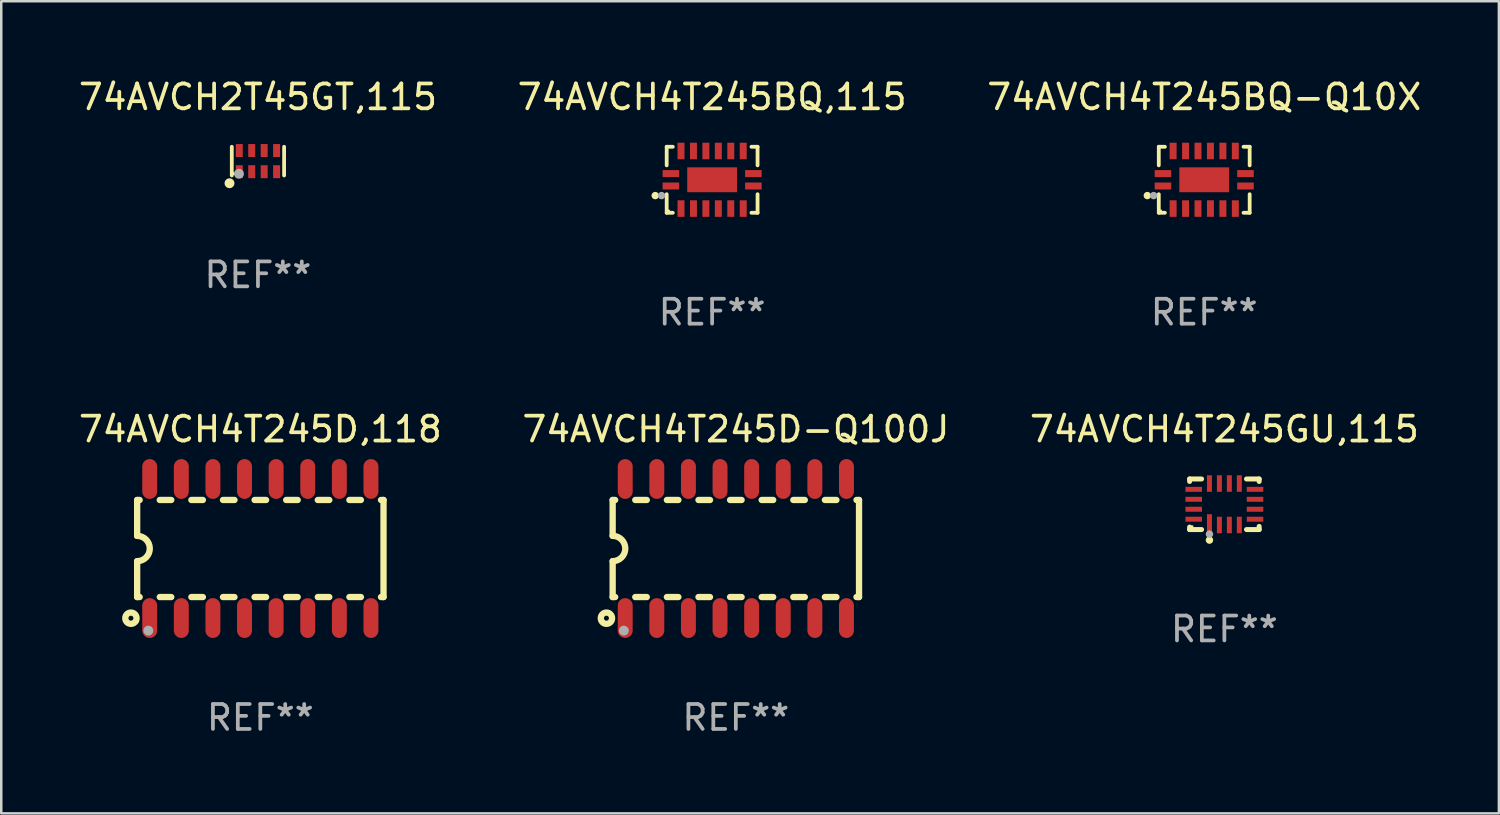
<source format=kicad_pcb>
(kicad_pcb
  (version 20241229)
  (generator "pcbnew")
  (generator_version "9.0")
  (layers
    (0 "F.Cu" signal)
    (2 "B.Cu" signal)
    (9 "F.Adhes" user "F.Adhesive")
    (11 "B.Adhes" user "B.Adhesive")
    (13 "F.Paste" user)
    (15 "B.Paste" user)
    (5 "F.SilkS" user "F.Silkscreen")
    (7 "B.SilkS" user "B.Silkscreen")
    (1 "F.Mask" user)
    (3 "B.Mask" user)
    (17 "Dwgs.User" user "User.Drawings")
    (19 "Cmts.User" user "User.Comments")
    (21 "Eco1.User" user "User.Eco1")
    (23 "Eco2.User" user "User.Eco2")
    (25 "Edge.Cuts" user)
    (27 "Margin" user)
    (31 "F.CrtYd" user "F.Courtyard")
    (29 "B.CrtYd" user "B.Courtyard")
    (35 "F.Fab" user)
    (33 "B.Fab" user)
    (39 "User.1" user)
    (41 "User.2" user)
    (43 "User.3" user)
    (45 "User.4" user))
  (footprint "74AVCH4T245GU,115"
    (layer "F.Cu")
    (at 46.149 17.213)
    (property "Reference" "74AVCH4T245GU,115" (at 0 -3.016 0) (layer "F.SilkS") (effects (font (size 1 1) (thickness 0.15))))
    (attr through_hole)
    (fp_line (start -1.397 -1.016) (end -1.397 -0.916) (stroke (width 0.2) (type solid)) (layer "F.SilkS"))
    (fp_line (start -1.397 0.916) (end -1.397 1.016) (stroke (width 0.2) (type solid)) (layer "F.SilkS"))
    (fp_line (start -1.397 1.016) (end -0.916 1.016) (stroke (width 0.2) (type solid)) (layer "F.SilkS"))
    (fp_line (start -0.916 -1.016) (end -1.397 -1.016) (stroke (width 0.2) (type solid)) (layer "F.SilkS"))
    (fp_line (start 0.889 -1.016) (end 1.397 -1.016) (stroke (width 0.2) (type solid)) (layer "F.SilkS"))
    (fp_line (start 1.397 -1.016) (end 1.397 -0.916) (stroke (width 0.2) (type solid)) (layer "F.SilkS"))
    (fp_line (start 1.397 0.889) (end 1.397 1.016) (stroke (width 0.2) (type solid)) (layer "F.SilkS"))
    (fp_line (start 1.397 1.016) (end 0.889 1.016) (stroke (width 0.2) (type solid)) (layer "F.SilkS"))
    (fp_circle (center -1.3 0.9) (end -1.27 0.9) (stroke (width 0.06) (type solid)) (fill no) (layer "F.SilkS"))
    (fp_circle (center -0.6 1.44) (end -0.525 1.44) (stroke (width 0.15) (type solid)) (fill no) (layer "F.SilkS"))
    (fp_circle (center -0.6 1.2) (end -0.525 1.2) (stroke (width 0.15) (type solid)) (fill no) (layer "F.Fab"))
    (fp_text user "REF**" (at 0 5.016 0) (layer "F.Fab") (effects (font (size 1 1) (thickness 0.15))))
    (pad "1" smd rect (at -0.6 0.782) (size 0.2 0.765) (layers "F.Cu" "F.Mask" "F.Paste"))
    (pad "2" smd rect (at -0.2 0.833) (size 0.2 0.665) (layers "F.Cu" "F.Mask" "F.Paste"))
    (pad "3" smd rect (at 0.2 0.833) (size 0.2 0.665) (layers "F.Cu" "F.Mask" "F.Paste"))
    (pad "4" smd rect (at 0.6 0.833) (size 0.2 0.665) (layers "F.Cu" "F.Mask" "F.Paste"))
    (pad "5" smd rect (at 1.232 0.6) (size 0.665 0.2) (layers "F.Cu" "F.Mask" "F.Paste"))
    (pad "6" smd rect (at 1.232 0.2) (size 0.665 0.2) (layers "F.Cu" "F.Mask" "F.Paste"))
    (pad "7" smd rect (at 1.232 -0.2) (size 0.665 0.2) (layers "F.Cu" "F.Mask" "F.Paste"))
    (pad "8" smd rect (at 1.232 -0.6) (size 0.665 0.2) (layers "F.Cu" "F.Mask" "F.Paste"))
    (pad "9" smd rect (at 0.6 -0.833) (size 0.2 0.665) (layers "F.Cu" "F.Mask" "F.Paste"))
    (pad "10" smd rect (at 0.2 -0.833) (size 0.2 0.665) (layers "F.Cu" "F.Mask" "F.Paste"))
    (pad "11" smd rect (at -0.2 -0.833) (size 0.2 0.665) (layers "F.Cu" "F.Mask" "F.Paste"))
    (pad "12" smd rect (at -0.6 -0.833) (size 0.2 0.665) (layers "F.Cu" "F.Mask" "F.Paste"))
    (pad "13" smd rect (at -1.232 -0.6) (size 0.665 0.2) (layers "F.Cu" "F.Mask" "F.Paste"))
    (pad "14" smd rect (at -1.232 -0.2) (size 0.665 0.2) (layers "F.Cu" "F.Mask" "F.Paste"))
    (pad "15" smd rect (at -1.232 0.2) (size 0.665 0.2) (layers "F.Cu" "F.Mask" "F.Paste"))
    (pad "16" smd rect (at -1.232 0.6) (size 0.665 0.2) (layers "F.Cu" "F.Mask" "F.Paste")))
  (footprint "74AVCH4T245BQ-Q10X"
    (layer "F.Cu")
    (at 45.339 4.174)
    (property "Reference" "74AVCH4T245BQ-Q10X" (at 0 -3.326 0) (layer "F.SilkS") (effects (font (size 1 1) (thickness 0.15))))
    (attr through_hole)
    (fp_line (start -1.826 -1.326) (end -1.58 -1.326) (stroke (width 0.152) (type solid)) (layer "F.SilkS"))
    (fp_line (start -1.826 -0.58) (end -1.826 -1.326) (stroke (width 0.152) (type solid)) (layer "F.SilkS"))
    (fp_line (start -1.826 0.58) (end -1.826 1.326) (stroke (width 0.152) (type solid)) (layer "F.SilkS"))
    (fp_line (start -1.826 1.326) (end -1.58 1.326) (stroke (width 0.152) (type solid)) (layer "F.SilkS"))
    (fp_line (start 1.826 -1.326) (end 1.58 -1.326) (stroke (width 0.152) (type solid)) (layer "F.SilkS"))
    (fp_line (start 1.826 -0.58) (end 1.826 -1.326) (stroke (width 0.152) (type solid)) (layer "F.SilkS"))
    (fp_line (start 1.826 0.58) (end 1.826 1.326) (stroke (width 0.152) (type solid)) (layer "F.SilkS"))
    (fp_line (start 1.826 1.326) (end 1.58 1.326) (stroke (width 0.152) (type solid)) (layer "F.SilkS"))
    (fp_circle (center -2.286 0.635) (end -2.211 0.635) (stroke (width 0.15) (type solid)) (fill no) (layer "F.SilkS"))
    (fp_circle (center -1.75 1.25) (end -1.72 1.25) (stroke (width 0.06) (type solid)) (fill no) (layer "F.SilkS"))
    (fp_circle (center -2.032 0.635) (end -1.957 0.635) (stroke (width 0.15) (type solid)) (fill no) (layer "F.Fab"))
    (fp_text user "REF**" (at 0 5.326 0) (layer "F.Fab") (effects (font (size 1 1) (thickness 0.15))))
    (pad "1" smd rect (at -1.658 0.25) (size 0.665 0.28) (layers "F.Cu" "F.Mask" "F.Paste"))
    (pad "2" smd rect (at -1.25 1.157) (size 0.28 0.665) (layers "F.Cu" "F.Mask" "F.Paste"))
    (pad "3" smd rect (at -0.75 1.157) (size 0.28 0.665) (layers "F.Cu" "F.Mask" "F.Paste"))
    (pad "4" smd rect (at -0.25 1.157) (size 0.28 0.665) (layers "F.Cu" "F.Mask" "F.Paste"))
    (pad "5" smd rect (at 0.25 1.157) (size 0.28 0.665) (layers "F.Cu" "F.Mask" "F.Paste"))
    (pad "6" smd rect (at 0.75 1.157) (size 0.28 0.665) (layers "F.Cu" "F.Mask" "F.Paste"))
    (pad "7" smd rect (at 1.25 1.157) (size 0.28 0.665) (layers "F.Cu" "F.Mask" "F.Paste"))
    (pad "8" smd rect (at 1.658 0.25) (size 0.665 0.28) (layers "F.Cu" "F.Mask" "F.Paste"))
    (pad "9" smd rect (at 1.658 -0.25) (size 0.665 0.28) (layers "F.Cu" "F.Mask" "F.Paste"))
    (pad "10" smd rect (at 1.25 -1.157) (size 0.28 0.665) (layers "F.Cu" "F.Mask" "F.Paste"))
    (pad "11" smd rect (at 0.75 -1.157) (size 0.28 0.665) (layers "F.Cu" "F.Mask" "F.Paste"))
    (pad "12" smd rect (at 0.25 -1.157) (size 0.28 0.665) (layers "F.Cu" "F.Mask" "F.Paste"))
    (pad "13" smd rect (at -0.25 -1.157) (size 0.28 0.665) (layers "F.Cu" "F.Mask" "F.Paste"))
    (pad "14" smd rect (at -0.75 -1.157) (size 0.28 0.665) (layers "F.Cu" "F.Mask" "F.Paste"))
    (pad "15" smd rect (at -1.25 -1.157) (size 0.28 0.665) (layers "F.Cu" "F.Mask" "F.Paste"))
    (pad "16" smd rect (at -1.658 -0.25) (size 0.665 0.28) (layers "F.Cu" "F.Mask" "F.Paste"))
    (pad "17" smd rect (at 0 0) (size 2 1) (layers "F.Cu" "F.Mask" "F.Paste")))
  (footprint "74AVCH4T245D,118"
    (layer "F.Cu")
    (at 7.411 18.991)
    (property "Reference" "74AVCH4T245D,118" (at 0 -4.794 0) (layer "F.SilkS") (effects (font (size 1 1) (thickness 0.15))))
    (attr through_hole)
    (fp_line (start -4.95 -1.95) (end -4.95 -0.508) (stroke (width 0.254) (type solid)) (layer "F.SilkS"))
    (fp_line (start -4.95 -1.95) (end -4.849 -1.95) (stroke (width 0.254) (type solid)) (layer "F.SilkS"))
    (fp_line (start -4.95 1.95) (end -4.95 0.508) (stroke (width 0.254) (type solid)) (layer "F.SilkS"))
    (fp_line (start -4.95 1.95) (end -4.849 1.95) (stroke (width 0.254) (type solid)) (layer "F.SilkS"))
    (fp_line (start -4.041 -1.95) (end -3.579 -1.95) (stroke (width 0.254) (type solid)) (layer "F.SilkS"))
    (fp_line (start -4.041 1.95) (end -3.579 1.95) (stroke (width 0.254) (type solid)) (layer "F.SilkS"))
    (fp_line (start -2.771 -1.95) (end -2.309 -1.95) (stroke (width 0.254) (type solid)) (layer "F.SilkS"))
    (fp_line (start -2.771 1.95) (end -2.309 1.95) (stroke (width 0.254) (type solid)) (layer "F.SilkS"))
    (fp_line (start -1.501 -1.95) (end -1.039 -1.95) (stroke (width 0.254) (type solid)) (layer "F.SilkS"))
    (fp_line (start -1.501 1.95) (end -1.039 1.95) (stroke (width 0.254) (type solid)) (layer "F.SilkS"))
    (fp_line (start -0.231 -1.95) (end 0.231 -1.95) (stroke (width 0.254) (type solid)) (layer "F.SilkS"))
    (fp_line (start -0.231 1.95) (end 0.231 1.95) (stroke (width 0.254) (type solid)) (layer "F.SilkS"))
    (fp_line (start 1.039 -1.95) (end 1.501 -1.95) (stroke (width 0.254) (type solid)) (layer "F.SilkS"))
    (fp_line (start 1.039 1.95) (end 1.501 1.95) (stroke (width 0.254) (type solid)) (layer "F.SilkS"))
    (fp_line (start 2.309 -1.95) (end 2.771 -1.95) (stroke (width 0.254) (type solid)) (layer "F.SilkS"))
    (fp_line (start 2.309 1.95) (end 2.771 1.95) (stroke (width 0.254) (type solid)) (layer "F.SilkS"))
    (fp_line (start 3.579 -1.95) (end 4.041 -1.95) (stroke (width 0.254) (type solid)) (layer "F.SilkS"))
    (fp_line (start 3.579 1.95) (end 4.041 1.95) (stroke (width 0.254) (type solid)) (layer "F.SilkS"))
    (fp_line (start 4.849 -1.95) (end 4.95 -1.95) (stroke (width 0.254) (type solid)) (layer "F.SilkS"))
    (fp_line (start 4.849 1.95) (end 4.95 1.95) (stroke (width 0.254) (type solid)) (layer "F.SilkS"))
    (fp_line (start 4.95 -1.95) (end 4.95 1.95) (stroke (width 0.254) (type solid)) (layer "F.SilkS"))
    (fp_arc (start -4.95047 -0.508001) (mid -4.442469 -0.000228) (end -4.950013 0.508001) (stroke (width 0.254001) (type solid)) (layer "F.SilkS"))
    (fp_circle (center -5.2 2.8) (end -5.1 2.8) (stroke (width 0.254) (type solid)) (fill no) (layer "F.SilkS"))
    (fp_circle (center -4.95 2.947) (end -4.92 2.947) (stroke (width 0.06) (type solid)) (fill no) (layer "F.SilkS"))
    (fp_circle (center -4.5 3.3) (end -4.4 3.3) (stroke (width 0.2) (type solid)) (fill no) (layer "F.Fab"))
    (fp_text user "REF**" (at 0 6.794 0) (layer "F.Fab") (effects (font (size 1 1) (thickness 0.15))))
    (pad "1" smd oval (at -4.445 2.794) (size 0.6 1.6) (layers "F.Cu" "F.Mask" "F.Paste"))
    (pad "2" smd oval (at -3.175 2.794) (size 0.6 1.6) (layers "F.Cu" "F.Mask" "F.Paste"))
    (pad "3" smd oval (at -1.905 2.794) (size 0.6 1.6) (layers "F.Cu" "F.Mask" "F.Paste"))
    (pad "4" smd oval (at -0.635 2.794) (size 0.6 1.6) (layers "F.Cu" "F.Mask" "F.Paste"))
    (pad "5" smd oval (at 0.635 2.794) (size 0.6 1.6) (layers "F.Cu" "F.Mask" "F.Paste"))
    (pad "6" smd oval (at 1.905 2.794) (size 0.6 1.6) (layers "F.Cu" "F.Mask" "F.Paste"))
    (pad "7" smd oval (at 3.175 2.794) (size 0.6 1.6) (layers "F.Cu" "F.Mask" "F.Paste"))
    (pad "8" smd oval (at 4.445 2.794) (size 0.6 1.6) (layers "F.Cu" "F.Mask" "F.Paste"))
    (pad "9" smd oval (at 4.445 -2.794) (size 0.6 1.6) (layers "F.Cu" "F.Mask" "F.Paste"))
    (pad "10" smd oval (at 3.175 -2.794) (size 0.6 1.6) (layers "F.Cu" "F.Mask" "F.Paste"))
    (pad "11" smd oval (at 1.905 -2.794) (size 0.6 1.6) (layers "F.Cu" "F.Mask" "F.Paste"))
    (pad "12" smd oval (at 0.635 -2.794) (size 0.6 1.6) (layers "F.Cu" "F.Mask" "F.Paste"))
    (pad "13" smd oval (at -0.635 -2.794) (size 0.6 1.6) (layers "F.Cu" "F.Mask" "F.Paste"))
    (pad "14" smd oval (at -1.905 -2.794) (size 0.6 1.6) (layers "F.Cu" "F.Mask" "F.Paste"))
    (pad "15" smd oval (at -3.175 -2.794) (size 0.6 1.6) (layers "F.Cu" "F.Mask" "F.Paste"))
    (pad "16" smd oval (at -4.445 -2.794) (size 0.6 1.6) (layers "F.Cu" "F.Mask" "F.Paste")))
  (footprint "74AVCH2T45GT,115"
    (layer "F.Cu")
    (at 7.315 3.424)
    (property "Reference" "74AVCH2T45GT,115" (at 0 -2.576 0) (layer "F.SilkS") (effects (font (size 1 1) (thickness 0.15))))
    (attr through_hole)
    (fp_line (start -1.051 0.576) (end -1.051 -0.576) (stroke (width 0.152) (type solid)) (layer "F.SilkS"))
    (fp_line (start 1.051 -0.576) (end 1.051 0.576) (stroke (width 0.152) (type solid)) (layer "F.SilkS"))
    (fp_circle (center -1.143 0.889) (end -1.043 0.889) (stroke (width 0.2) (type solid)) (fill no) (layer "F.SilkS"))
    (fp_circle (center -0.975 0.5) (end -0.945 0.5) (stroke (width 0.06) (type solid)) (fill no) (layer "F.SilkS"))
    (fp_circle (center -0.762 0.508) (end -0.662 0.508) (stroke (width 0.2) (type solid)) (fill no) (layer "F.Fab"))
    (fp_text user "REF**" (at 0 4.576 0) (layer "F.Fab") (effects (font (size 1 1) (thickness 0.15))))
    (pad "1" smd rect (at -0.75 0.425) (size 0.28 0.521) (layers "F.Cu" "F.Mask" "F.Paste"))
    (pad "2" smd rect (at -0.25 0.425) (size 0.28 0.521) (layers "F.Cu" "F.Mask" "F.Paste"))
    (pad "3" smd rect (at 0.25 0.425) (size 0.28 0.521) (layers "F.Cu" "F.Mask" "F.Paste"))
    (pad "4" smd rect (at 0.75 0.425) (size 0.28 0.521) (layers "F.Cu" "F.Mask" "F.Paste"))
    (pad "5" smd rect (at 0.75 -0.425) (size 0.28 0.521) (layers "F.Cu" "F.Mask" "F.Paste"))
    (pad "6" smd rect (at 0.25 -0.425) (size 0.28 0.521) (layers "F.Cu" "F.Mask" "F.Paste"))
    (pad "7" smd rect (at -0.25 -0.425) (size 0.28 0.521) (layers "F.Cu" "F.Mask" "F.Paste"))
    (pad "8" smd rect (at -0.75 -0.425) (size 0.28 0.521) (layers "F.Cu" "F.Mask" "F.Paste")))
  (footprint "74AVCH4T245D-Q100J"
    (layer "F.Cu")
    (at 26.518 18.991)
    (property "Reference" "74AVCH4T245D-Q100J" (at 0 -4.794 0) (layer "F.SilkS") (effects (font (size 1 1) (thickness 0.15))))
    (attr through_hole)
    (fp_line (start -4.95 -1.95) (end -4.95 -0.508) (stroke (width 0.254) (type solid)) (layer "F.SilkS"))
    (fp_line (start -4.95 -1.95) (end -4.849 -1.95) (stroke (width 0.254) (type solid)) (layer "F.SilkS"))
    (fp_line (start -4.95 1.95) (end -4.95 0.508) (stroke (width 0.254) (type solid)) (layer "F.SilkS"))
    (fp_line (start -4.95 1.95) (end -4.849 1.95) (stroke (width 0.254) (type solid)) (layer "F.SilkS"))
    (fp_line (start -4.041 -1.95) (end -3.579 -1.95) (stroke (width 0.254) (type solid)) (layer "F.SilkS"))
    (fp_line (start -4.041 1.95) (end -3.579 1.95) (stroke (width 0.254) (type solid)) (layer "F.SilkS"))
    (fp_line (start -2.771 -1.95) (end -2.309 -1.95) (stroke (width 0.254) (type solid)) (layer "F.SilkS"))
    (fp_line (start -2.771 1.95) (end -2.309 1.95) (stroke (width 0.254) (type solid)) (layer "F.SilkS"))
    (fp_line (start -1.501 -1.95) (end -1.039 -1.95) (stroke (width 0.254) (type solid)) (layer "F.SilkS"))
    (fp_line (start -1.501 1.95) (end -1.039 1.95) (stroke (width 0.254) (type solid)) (layer "F.SilkS"))
    (fp_line (start -0.231 -1.95) (end 0.231 -1.95) (stroke (width 0.254) (type solid)) (layer "F.SilkS"))
    (fp_line (start -0.231 1.95) (end 0.231 1.95) (stroke (width 0.254) (type solid)) (layer "F.SilkS"))
    (fp_line (start 1.039 -1.95) (end 1.501 -1.95) (stroke (width 0.254) (type solid)) (layer "F.SilkS"))
    (fp_line (start 1.039 1.95) (end 1.501 1.95) (stroke (width 0.254) (type solid)) (layer "F.SilkS"))
    (fp_line (start 2.309 -1.95) (end 2.771 -1.95) (stroke (width 0.254) (type solid)) (layer "F.SilkS"))
    (fp_line (start 2.309 1.95) (end 2.771 1.95) (stroke (width 0.254) (type solid)) (layer "F.SilkS"))
    (fp_line (start 3.579 -1.95) (end 4.041 -1.95) (stroke (width 0.254) (type solid)) (layer "F.SilkS"))
    (fp_line (start 3.579 1.95) (end 4.041 1.95) (stroke (width 0.254) (type solid)) (layer "F.SilkS"))
    (fp_line (start 4.849 -1.95) (end 4.95 -1.95) (stroke (width 0.254) (type solid)) (layer "F.SilkS"))
    (fp_line (start 4.849 1.95) (end 4.95 1.95) (stroke (width 0.254) (type solid)) (layer "F.SilkS"))
    (fp_line (start 4.95 -1.95) (end 4.95 1.95) (stroke (width 0.254) (type solid)) (layer "F.SilkS"))
    (fp_arc (start -4.95047 -0.508001) (mid -4.442469 -0.000228) (end -4.950013 0.508001) (stroke (width 0.254001) (type solid)) (layer "F.SilkS"))
    (fp_circle (center -5.2 2.8) (end -5.1 2.8) (stroke (width 0.254) (type solid)) (fill no) (layer "F.SilkS"))
    (fp_circle (center -4.95 2.947) (end -4.92 2.947) (stroke (width 0.06) (type solid)) (fill no) (layer "F.SilkS"))
    (fp_circle (center -4.5 3.3) (end -4.4 3.3) (stroke (width 0.2) (type solid)) (fill no) (layer "F.Fab"))
    (fp_text user "REF**" (at 0 6.794 0) (layer "F.Fab") (effects (font (size 1 1) (thickness 0.15))))
    (pad "1" smd oval (at -4.445 2.794) (size 0.6 1.6) (layers "F.Cu" "F.Mask" "F.Paste"))
    (pad "2" smd oval (at -3.175 2.794) (size 0.6 1.6) (layers "F.Cu" "F.Mask" "F.Paste"))
    (pad "3" smd oval (at -1.905 2.794) (size 0.6 1.6) (layers "F.Cu" "F.Mask" "F.Paste"))
    (pad "4" smd oval (at -0.635 2.794) (size 0.6 1.6) (layers "F.Cu" "F.Mask" "F.Paste"))
    (pad "5" smd oval (at 0.635 2.794) (size 0.6 1.6) (layers "F.Cu" "F.Mask" "F.Paste"))
    (pad "6" smd oval (at 1.905 2.794) (size 0.6 1.6) (layers "F.Cu" "F.Mask" "F.Paste"))
    (pad "7" smd oval (at 3.175 2.794) (size 0.6 1.6) (layers "F.Cu" "F.Mask" "F.Paste"))
    (pad "8" smd oval (at 4.445 2.794) (size 0.6 1.6) (layers "F.Cu" "F.Mask" "F.Paste"))
    (pad "9" smd oval (at 4.445 -2.794) (size 0.6 1.6) (layers "F.Cu" "F.Mask" "F.Paste"))
    (pad "10" smd oval (at 3.175 -2.794) (size 0.6 1.6) (layers "F.Cu" "F.Mask" "F.Paste"))
    (pad "11" smd oval (at 1.905 -2.794) (size 0.6 1.6) (layers "F.Cu" "F.Mask" "F.Paste"))
    (pad "12" smd oval (at 0.635 -2.794) (size 0.6 1.6) (layers "F.Cu" "F.Mask" "F.Paste"))
    (pad "13" smd oval (at -0.635 -2.794) (size 0.6 1.6) (layers "F.Cu" "F.Mask" "F.Paste"))
    (pad "14" smd oval (at -1.905 -2.794) (size 0.6 1.6) (layers "F.Cu" "F.Mask" "F.Paste"))
    (pad "15" smd oval (at -3.175 -2.794) (size 0.6 1.6) (layers "F.Cu" "F.Mask" "F.Paste"))
    (pad "16" smd oval (at -4.445 -2.794) (size 0.6 1.6) (layers "F.Cu" "F.Mask" "F.Paste")))
  (footprint "74AVCH4T245BQ,115"
    (layer "F.Cu")
    (at 25.565 4.174)
    (property "Reference" "74AVCH4T245BQ,115" (at 0 -3.326 0) (layer "F.SilkS") (effects (font (size 1 1) (thickness 0.15))))
    (attr through_hole)
    (fp_line (start -1.826 -1.326) (end -1.58 -1.326) (stroke (width 0.152) (type solid)) (layer "F.SilkS"))
    (fp_line (start -1.826 -0.58) (end -1.826 -1.326) (stroke (width 0.152) (type solid)) (layer "F.SilkS"))
    (fp_line (start -1.826 0.58) (end -1.826 1.326) (stroke (width 0.152) (type solid)) (layer "F.SilkS"))
    (fp_line (start -1.826 1.326) (end -1.58 1.326) (stroke (width 0.152) (type solid)) (layer "F.SilkS"))
    (fp_line (start 1.826 -1.326) (end 1.58 -1.326) (stroke (width 0.152) (type solid)) (layer "F.SilkS"))
    (fp_line (start 1.826 -0.58) (end 1.826 -1.326) (stroke (width 0.152) (type solid)) (layer "F.SilkS"))
    (fp_line (start 1.826 0.58) (end 1.826 1.326) (stroke (width 0.152) (type solid)) (layer "F.SilkS"))
    (fp_line (start 1.826 1.326) (end 1.58 1.326) (stroke (width 0.152) (type solid)) (layer "F.SilkS"))
    (fp_circle (center -2.286 0.635) (end -2.211 0.635) (stroke (width 0.15) (type solid)) (fill no) (layer "F.SilkS"))
    (fp_circle (center -1.75 1.25) (end -1.72 1.25) (stroke (width 0.06) (type solid)) (fill no) (layer "F.SilkS"))
    (fp_circle (center -2.032 0.635) (end -1.957 0.635) (stroke (width 0.15) (type solid)) (fill no) (layer "F.Fab"))
    (fp_text user "REF**" (at 0 5.326 0) (layer "F.Fab") (effects (font (size 1 1) (thickness 0.15))))
    (pad "1" smd rect (at -1.658 0.25) (size 0.665 0.28) (layers "F.Cu" "F.Mask" "F.Paste"))
    (pad "2" smd rect (at -1.25 1.157) (size 0.28 0.665) (layers "F.Cu" "F.Mask" "F.Paste"))
    (pad "3" smd rect (at -0.75 1.157) (size 0.28 0.665) (layers "F.Cu" "F.Mask" "F.Paste"))
    (pad "4" smd rect (at -0.25 1.157) (size 0.28 0.665) (layers "F.Cu" "F.Mask" "F.Paste"))
    (pad "5" smd rect (at 0.25 1.157) (size 0.28 0.665) (layers "F.Cu" "F.Mask" "F.Paste"))
    (pad "6" smd rect (at 0.75 1.157) (size 0.28 0.665) (layers "F.Cu" "F.Mask" "F.Paste"))
    (pad "7" smd rect (at 1.25 1.157) (size 0.28 0.665) (layers "F.Cu" "F.Mask" "F.Paste"))
    (pad "8" smd rect (at 1.658 0.25) (size 0.665 0.28) (layers "F.Cu" "F.Mask" "F.Paste"))
    (pad "9" smd rect (at 1.658 -0.25) (size 0.665 0.28) (layers "F.Cu" "F.Mask" "F.Paste"))
    (pad "10" smd rect (at 1.25 -1.157) (size 0.28 0.665) (layers "F.Cu" "F.Mask" "F.Paste"))
    (pad "11" smd rect (at 0.75 -1.157) (size 0.28 0.665) (layers "F.Cu" "F.Mask" "F.Paste"))
    (pad "12" smd rect (at 0.25 -1.157) (size 0.28 0.665) (layers "F.Cu" "F.Mask" "F.Paste"))
    (pad "13" smd rect (at -0.25 -1.157) (size 0.28 0.665) (layers "F.Cu" "F.Mask" "F.Paste"))
    (pad "14" smd rect (at -0.75 -1.157) (size 0.28 0.665) (layers "F.Cu" "F.Mask" "F.Paste"))
    (pad "15" smd rect (at -1.25 -1.157) (size 0.28 0.665) (layers "F.Cu" "F.Mask" "F.Paste"))
    (pad "16" smd rect (at -1.658 -0.25) (size 0.665 0.28) (layers "F.Cu" "F.Mask" "F.Paste"))
    (pad "17" smd rect (at 0 0) (size 2 1) (layers "F.Cu" "F.Mask" "F.Paste")))
  (gr_rect
    (start -3 -3)
    (end 57.179 29.633)
    (stroke (width 0.1) (type default))
    (fill no)
    (layer "Edge.Cuts")))
</source>
